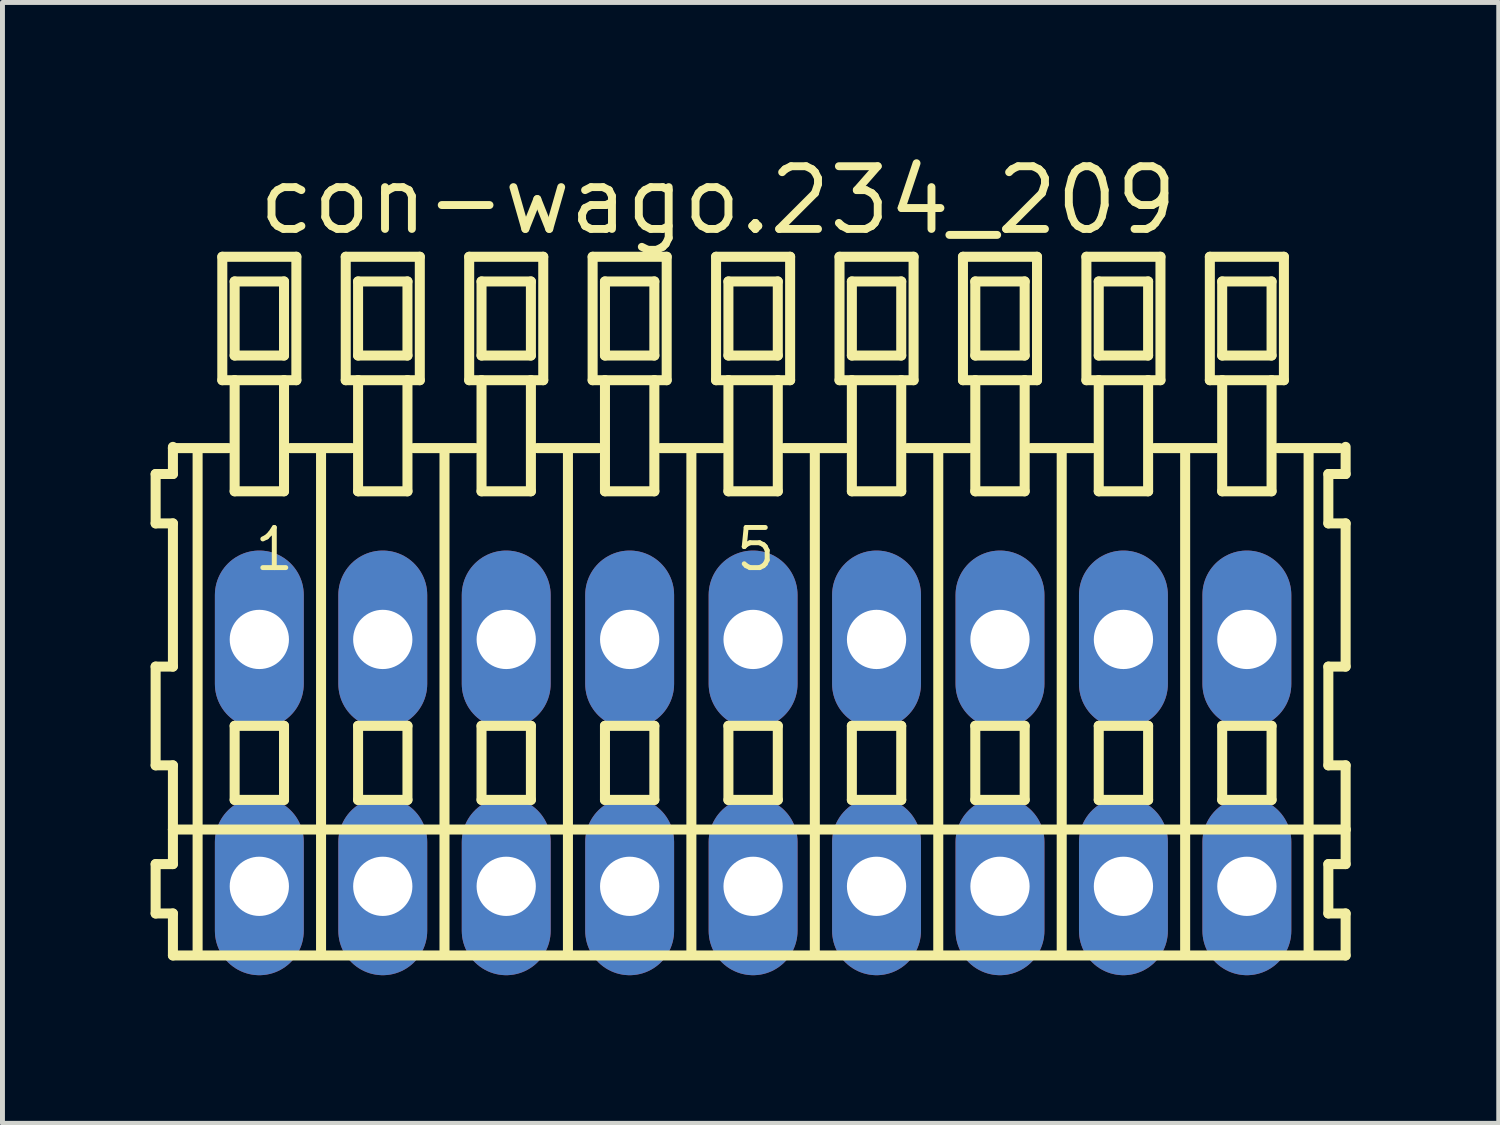
<source format=kicad_pcb>
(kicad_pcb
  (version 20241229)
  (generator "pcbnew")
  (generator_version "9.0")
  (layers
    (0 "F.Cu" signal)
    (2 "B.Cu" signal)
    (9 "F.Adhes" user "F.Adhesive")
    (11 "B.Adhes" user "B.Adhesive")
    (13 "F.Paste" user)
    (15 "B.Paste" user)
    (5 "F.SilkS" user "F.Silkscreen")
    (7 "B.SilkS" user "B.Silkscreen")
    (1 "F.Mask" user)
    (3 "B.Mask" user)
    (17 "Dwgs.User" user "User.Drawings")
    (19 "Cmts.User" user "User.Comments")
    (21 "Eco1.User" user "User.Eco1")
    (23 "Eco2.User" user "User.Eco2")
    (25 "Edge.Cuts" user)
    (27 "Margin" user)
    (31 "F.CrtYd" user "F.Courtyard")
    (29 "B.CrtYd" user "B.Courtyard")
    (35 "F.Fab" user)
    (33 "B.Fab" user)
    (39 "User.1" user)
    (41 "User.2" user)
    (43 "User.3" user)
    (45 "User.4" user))
  (footprint "con-wago.234_209"
    (layer "F.Cu")
    (at 12.202 12.4)
    (property "Reference" "con-wago.234_209" (at -10.1 -10.65 0) (layer "F.SilkS") (effects (font (size 1.27 1.27) (thickness 0.16)) (justify left bottom)))
    (attr through_hole)
    (fp_line (start -12.1 -5.85) (end -12.1 -4.85) (stroke (width 0.203) (type default)) (layer "F.SilkS"))
    (fp_line (start -12.1 -4.85) (end -11.75 -4.85) (stroke (width 0.203) (type default)) (layer "F.SilkS"))
    (fp_line (start -12.1 -1.95) (end -12.1 0.05) (stroke (width 0.203) (type default)) (layer "F.SilkS"))
    (fp_line (start -12.1 0.05) (end -11.75 0.05) (stroke (width 0.203) (type default)) (layer "F.SilkS"))
    (fp_line (start -12.1 2.05) (end -12.1 3.05) (stroke (width 0.203) (type default)) (layer "F.SilkS"))
    (fp_line (start -12.1 3.05) (end -11.75 3.05) (stroke (width 0.203) (type default)) (layer "F.SilkS"))
    (fp_line (start -11.75 -6.4) (end -11.75 -6.375) (stroke (width 0.203) (type default)) (layer "F.SilkS"))
    (fp_line (start -11.75 -6.375) (end -11.75 -5.85) (stroke (width 0.203) (type default)) (layer "F.SilkS"))
    (fp_line (start -11.75 -6.375) (end -10.625 -6.375) (stroke (width 0.203) (type default)) (layer "F.SilkS"))
    (fp_line (start -11.75 -5.85) (end -12.1 -5.85) (stroke (width 0.203) (type default)) (layer "F.SilkS"))
    (fp_line (start -11.75 -4.85) (end -11.75 -1.95) (stroke (width 0.203) (type default)) (layer "F.SilkS"))
    (fp_line (start -11.75 -1.95) (end -12.1 -1.95) (stroke (width 0.203) (type default)) (layer "F.SilkS"))
    (fp_line (start -11.75 0.05) (end -11.75 1.35) (stroke (width 0.203) (type default)) (layer "F.SilkS"))
    (fp_line (start -11.75 1.35) (end -11.75 2.05) (stroke (width 0.203) (type default)) (layer "F.SilkS"))
    (fp_line (start -11.75 1.35) (end 12 1.35) (stroke (width 0.203) (type default)) (layer "F.SilkS"))
    (fp_line (start -11.75 2.05) (end -12.1 2.05) (stroke (width 0.203) (type default)) (layer "F.SilkS"))
    (fp_line (start -11.75 3.05) (end -11.75 3.9) (stroke (width 0.203) (type default)) (layer "F.SilkS"))
    (fp_line (start -11.75 3.9) (end 12 3.9) (stroke (width 0.203) (type default)) (layer "F.SilkS"))
    (fp_line (start -11.25 -6.35) (end -11.25 3.8) (stroke (width 0.203) (type default)) (layer "F.SilkS"))
    (fp_line (start -10.75 -10.25) (end -10.75 -7.75) (stroke (width 0.203) (type default)) (layer "F.SilkS"))
    (fp_line (start -10.75 -7.75) (end -10.5 -7.75) (stroke (width 0.203) (type default)) (layer "F.SilkS"))
    (fp_line (start -10.5 -9.75) (end -10.5 -8.25) (stroke (width 0.203) (type default)) (layer "F.SilkS"))
    (fp_line (start -10.5 -8.25) (end -9.5 -8.25) (stroke (width 0.203) (type default)) (layer "F.SilkS"))
    (fp_line (start -10.5 -7.75) (end -10.5 -5.5) (stroke (width 0.203) (type default)) (layer "F.SilkS"))
    (fp_line (start -10.5 -7.75) (end -9.5 -7.75) (stroke (width 0.203) (type default)) (layer "F.SilkS"))
    (fp_line (start -10.5 -5.5) (end -9.5 -5.5) (stroke (width 0.203) (type default)) (layer "F.SilkS"))
    (fp_line (start -10.5 -0.75) (end -10.5 0.75) (stroke (width 0.203) (type default)) (layer "F.SilkS"))
    (fp_line (start -10.5 0.75) (end -9.5 0.75) (stroke (width 0.203) (type default)) (layer "F.SilkS"))
    (fp_line (start -9.5 -9.75) (end -10.5 -9.75) (stroke (width 0.203) (type default)) (layer "F.SilkS"))
    (fp_line (start -9.5 -8.25) (end -9.5 -9.75) (stroke (width 0.203) (type default)) (layer "F.SilkS"))
    (fp_line (start -9.5 -7.75) (end -9.25 -7.75) (stroke (width 0.203) (type default)) (layer "F.SilkS"))
    (fp_line (start -9.5 -5.5) (end -9.5 -7.75) (stroke (width 0.203) (type default)) (layer "F.SilkS"))
    (fp_line (start -9.5 -0.75) (end -10.5 -0.75) (stroke (width 0.203) (type default)) (layer "F.SilkS"))
    (fp_line (start -9.5 0.75) (end -9.5 -0.75) (stroke (width 0.203) (type default)) (layer "F.SilkS"))
    (fp_line (start -9.375 -6.375) (end -8.125 -6.375) (stroke (width 0.203) (type default)) (layer "F.SilkS"))
    (fp_line (start -9.25 -10.25) (end -10.75 -10.25) (stroke (width 0.203) (type default)) (layer "F.SilkS"))
    (fp_line (start -9.25 -7.75) (end -9.25 -10.25) (stroke (width 0.203) (type default)) (layer "F.SilkS"))
    (fp_line (start -8.75 -6.35) (end -8.75 3.8) (stroke (width 0.203) (type default)) (layer "F.SilkS"))
    (fp_line (start -8.25 -10.25) (end -8.25 -7.75) (stroke (width 0.203) (type default)) (layer "F.SilkS"))
    (fp_line (start -8.25 -7.75) (end -8 -7.75) (stroke (width 0.203) (type default)) (layer "F.SilkS"))
    (fp_line (start -8 -9.75) (end -8 -8.25) (stroke (width 0.203) (type default)) (layer "F.SilkS"))
    (fp_line (start -8 -8.25) (end -7 -8.25) (stroke (width 0.203) (type default)) (layer "F.SilkS"))
    (fp_line (start -8 -7.75) (end -8 -5.5) (stroke (width 0.203) (type default)) (layer "F.SilkS"))
    (fp_line (start -8 -7.75) (end -7 -7.75) (stroke (width 0.203) (type default)) (layer "F.SilkS"))
    (fp_line (start -8 -5.5) (end -7 -5.5) (stroke (width 0.203) (type default)) (layer "F.SilkS"))
    (fp_line (start -8 -0.75) (end -8 0.75) (stroke (width 0.203) (type default)) (layer "F.SilkS"))
    (fp_line (start -8 0.75) (end -7 0.75) (stroke (width 0.203) (type default)) (layer "F.SilkS"))
    (fp_line (start -7 -9.75) (end -8 -9.75) (stroke (width 0.203) (type default)) (layer "F.SilkS"))
    (fp_line (start -7 -8.25) (end -7 -9.75) (stroke (width 0.203) (type default)) (layer "F.SilkS"))
    (fp_line (start -7 -7.75) (end -6.75 -7.75) (stroke (width 0.203) (type default)) (layer "F.SilkS"))
    (fp_line (start -7 -5.5) (end -7 -7.75) (stroke (width 0.203) (type default)) (layer "F.SilkS"))
    (fp_line (start -7 -0.75) (end -8 -0.75) (stroke (width 0.203) (type default)) (layer "F.SilkS"))
    (fp_line (start -7 0.75) (end -7 -0.75) (stroke (width 0.203) (type default)) (layer "F.SilkS"))
    (fp_line (start -6.875 -6.375) (end -5.625 -6.375) (stroke (width 0.203) (type default)) (layer "F.SilkS"))
    (fp_line (start -6.75 -10.25) (end -8.25 -10.25) (stroke (width 0.203) (type default)) (layer "F.SilkS"))
    (fp_line (start -6.75 -7.75) (end -6.75 -10.25) (stroke (width 0.203) (type default)) (layer "F.SilkS"))
    (fp_line (start -6.25 -6.35) (end -6.25 3.8) (stroke (width 0.203) (type default)) (layer "F.SilkS"))
    (fp_line (start -5.75 -10.25) (end -5.75 -7.75) (stroke (width 0.203) (type default)) (layer "F.SilkS"))
    (fp_line (start -5.75 -7.75) (end -5.5 -7.75) (stroke (width 0.203) (type default)) (layer "F.SilkS"))
    (fp_line (start -5.5 -9.75) (end -5.5 -8.25) (stroke (width 0.203) (type default)) (layer "F.SilkS"))
    (fp_line (start -5.5 -8.25) (end -4.5 -8.25) (stroke (width 0.203) (type default)) (layer "F.SilkS"))
    (fp_line (start -5.5 -7.75) (end -5.5 -5.5) (stroke (width 0.203) (type default)) (layer "F.SilkS"))
    (fp_line (start -5.5 -7.75) (end -4.5 -7.75) (stroke (width 0.203) (type default)) (layer "F.SilkS"))
    (fp_line (start -5.5 -5.5) (end -4.5 -5.5) (stroke (width 0.203) (type default)) (layer "F.SilkS"))
    (fp_line (start -5.5 -0.75) (end -5.5 0.75) (stroke (width 0.203) (type default)) (layer "F.SilkS"))
    (fp_line (start -5.5 0.75) (end -4.5 0.75) (stroke (width 0.203) (type default)) (layer "F.SilkS"))
    (fp_line (start -4.5 -9.75) (end -5.5 -9.75) (stroke (width 0.203) (type default)) (layer "F.SilkS"))
    (fp_line (start -4.5 -8.25) (end -4.5 -9.75) (stroke (width 0.203) (type default)) (layer "F.SilkS"))
    (fp_line (start -4.5 -7.75) (end -4.25 -7.75) (stroke (width 0.203) (type default)) (layer "F.SilkS"))
    (fp_line (start -4.5 -5.5) (end -4.5 -7.75) (stroke (width 0.203) (type default)) (layer "F.SilkS"))
    (fp_line (start -4.5 -0.75) (end -5.5 -0.75) (stroke (width 0.203) (type default)) (layer "F.SilkS"))
    (fp_line (start -4.5 0.75) (end -4.5 -0.75) (stroke (width 0.203) (type default)) (layer "F.SilkS"))
    (fp_line (start -4.375 -6.375) (end -3.125 -6.375) (stroke (width 0.203) (type default)) (layer "F.SilkS"))
    (fp_line (start -4.25 -10.25) (end -5.75 -10.25) (stroke (width 0.203) (type default)) (layer "F.SilkS"))
    (fp_line (start -4.25 -7.75) (end -4.25 -10.25) (stroke (width 0.203) (type default)) (layer "F.SilkS"))
    (fp_line (start -3.75 -6.35) (end -3.75 3.8) (stroke (width 0.203) (type default)) (layer "F.SilkS"))
    (fp_line (start -3.25 -10.25) (end -3.25 -7.75) (stroke (width 0.203) (type default)) (layer "F.SilkS"))
    (fp_line (start -3.25 -7.75) (end -3 -7.75) (stroke (width 0.203) (type default)) (layer "F.SilkS"))
    (fp_line (start -3 -9.75) (end -3 -8.25) (stroke (width 0.203) (type default)) (layer "F.SilkS"))
    (fp_line (start -3 -8.25) (end -2 -8.25) (stroke (width 0.203) (type default)) (layer "F.SilkS"))
    (fp_line (start -3 -7.75) (end -3 -5.5) (stroke (width 0.203) (type default)) (layer "F.SilkS"))
    (fp_line (start -3 -7.75) (end -2 -7.75) (stroke (width 0.203) (type default)) (layer "F.SilkS"))
    (fp_line (start -3 -5.5) (end -2 -5.5) (stroke (width 0.203) (type default)) (layer "F.SilkS"))
    (fp_line (start -3 -0.75) (end -3 0.75) (stroke (width 0.203) (type default)) (layer "F.SilkS"))
    (fp_line (start -3 0.75) (end -2 0.75) (stroke (width 0.203) (type default)) (layer "F.SilkS"))
    (fp_line (start -2 -9.75) (end -3 -9.75) (stroke (width 0.203) (type default)) (layer "F.SilkS"))
    (fp_line (start -2 -8.25) (end -2 -9.75) (stroke (width 0.203) (type default)) (layer "F.SilkS"))
    (fp_line (start -2 -7.75) (end -1.75 -7.75) (stroke (width 0.203) (type default)) (layer "F.SilkS"))
    (fp_line (start -2 -5.5) (end -2 -7.75) (stroke (width 0.203) (type default)) (layer "F.SilkS"))
    (fp_line (start -2 -0.75) (end -3 -0.75) (stroke (width 0.203) (type default)) (layer "F.SilkS"))
    (fp_line (start -2 0.75) (end -2 -0.75) (stroke (width 0.203) (type default)) (layer "F.SilkS"))
    (fp_line (start -1.875 -6.375) (end -0.625 -6.375) (stroke (width 0.203) (type default)) (layer "F.SilkS"))
    (fp_line (start -1.75 -10.25) (end -3.25 -10.25) (stroke (width 0.203) (type default)) (layer "F.SilkS"))
    (fp_line (start -1.75 -7.75) (end -1.75 -10.25) (stroke (width 0.203) (type default)) (layer "F.SilkS"))
    (fp_line (start -1.25 -6.35) (end -1.25 3.8) (stroke (width 0.203) (type default)) (layer "F.SilkS"))
    (fp_line (start -0.75 -10.25) (end -0.75 -7.75) (stroke (width 0.203) (type default)) (layer "F.SilkS"))
    (fp_line (start -0.75 -7.75) (end -0.5 -7.75) (stroke (width 0.203) (type default)) (layer "F.SilkS"))
    (fp_line (start -0.5 -9.75) (end -0.5 -8.25) (stroke (width 0.203) (type default)) (layer "F.SilkS"))
    (fp_line (start -0.5 -8.25) (end 0.5 -8.25) (stroke (width 0.203) (type default)) (layer "F.SilkS"))
    (fp_line (start -0.5 -7.75) (end -0.5 -5.5) (stroke (width 0.203) (type default)) (layer "F.SilkS"))
    (fp_line (start -0.5 -7.75) (end 0.5 -7.75) (stroke (width 0.203) (type default)) (layer "F.SilkS"))
    (fp_line (start -0.5 -5.5) (end 0.5 -5.5) (stroke (width 0.203) (type default)) (layer "F.SilkS"))
    (fp_line (start -0.5 -0.75) (end -0.5 0.75) (stroke (width 0.203) (type default)) (layer "F.SilkS"))
    (fp_line (start -0.5 0.75) (end 0.5 0.75) (stroke (width 0.203) (type default)) (layer "F.SilkS"))
    (fp_line (start 0.5 -9.75) (end -0.5 -9.75) (stroke (width 0.203) (type default)) (layer "F.SilkS"))
    (fp_line (start 0.5 -8.25) (end 0.5 -9.75) (stroke (width 0.203) (type default)) (layer "F.SilkS"))
    (fp_line (start 0.5 -7.75) (end 0.75 -7.75) (stroke (width 0.203) (type default)) (layer "F.SilkS"))
    (fp_line (start 0.5 -5.5) (end 0.5 -7.75) (stroke (width 0.203) (type default)) (layer "F.SilkS"))
    (fp_line (start 0.5 -0.75) (end -0.5 -0.75) (stroke (width 0.203) (type default)) (layer "F.SilkS"))
    (fp_line (start 0.5 0.75) (end 0.5 -0.75) (stroke (width 0.203) (type default)) (layer "F.SilkS"))
    (fp_line (start 0.625 -6.375) (end 1.875 -6.375) (stroke (width 0.203) (type default)) (layer "F.SilkS"))
    (fp_line (start 0.75 -10.25) (end -0.75 -10.25) (stroke (width 0.203) (type default)) (layer "F.SilkS"))
    (fp_line (start 0.75 -7.75) (end 0.75 -10.25) (stroke (width 0.203) (type default)) (layer "F.SilkS"))
    (fp_line (start 1.25 -6.35) (end 1.25 3.8) (stroke (width 0.203) (type default)) (layer "F.SilkS"))
    (fp_line (start 1.75 -10.25) (end 1.75 -7.75) (stroke (width 0.203) (type default)) (layer "F.SilkS"))
    (fp_line (start 1.75 -7.75) (end 2 -7.75) (stroke (width 0.203) (type default)) (layer "F.SilkS"))
    (fp_line (start 2 -9.75) (end 2 -8.25) (stroke (width 0.203) (type default)) (layer "F.SilkS"))
    (fp_line (start 2 -8.25) (end 3 -8.25) (stroke (width 0.203) (type default)) (layer "F.SilkS"))
    (fp_line (start 2 -7.75) (end 2 -5.5) (stroke (width 0.203) (type default)) (layer "F.SilkS"))
    (fp_line (start 2 -7.75) (end 3 -7.75) (stroke (width 0.203) (type default)) (layer "F.SilkS"))
    (fp_line (start 2 -5.5) (end 3 -5.5) (stroke (width 0.203) (type default)) (layer "F.SilkS"))
    (fp_line (start 2 -0.75) (end 2 0.75) (stroke (width 0.203) (type default)) (layer "F.SilkS"))
    (fp_line (start 2 0.75) (end 3 0.75) (stroke (width 0.203) (type default)) (layer "F.SilkS"))
    (fp_line (start 3 -9.75) (end 2 -9.75) (stroke (width 0.203) (type default)) (layer "F.SilkS"))
    (fp_line (start 3 -8.25) (end 3 -9.75) (stroke (width 0.203) (type default)) (layer "F.SilkS"))
    (fp_line (start 3 -7.75) (end 3.25 -7.75) (stroke (width 0.203) (type default)) (layer "F.SilkS"))
    (fp_line (start 3 -5.5) (end 3 -7.75) (stroke (width 0.203) (type default)) (layer "F.SilkS"))
    (fp_line (start 3 -0.75) (end 2 -0.75) (stroke (width 0.203) (type default)) (layer "F.SilkS"))
    (fp_line (start 3 0.75) (end 3 -0.75) (stroke (width 0.203) (type default)) (layer "F.SilkS"))
    (fp_line (start 3.125 -6.375) (end 4.375 -6.375) (stroke (width 0.203) (type default)) (layer "F.SilkS"))
    (fp_line (start 3.25 -10.25) (end 1.75 -10.25) (stroke (width 0.203) (type default)) (layer "F.SilkS"))
    (fp_line (start 3.25 -7.75) (end 3.25 -10.25) (stroke (width 0.203) (type default)) (layer "F.SilkS"))
    (fp_line (start 3.75 -6.35) (end 3.75 3.8) (stroke (width 0.203) (type default)) (layer "F.SilkS"))
    (fp_line (start 4.25 -10.25) (end 4.25 -7.75) (stroke (width 0.203) (type default)) (layer "F.SilkS"))
    (fp_line (start 4.25 -7.75) (end 4.5 -7.75) (stroke (width 0.203) (type default)) (layer "F.SilkS"))
    (fp_line (start 4.5 -9.75) (end 4.5 -8.25) (stroke (width 0.203) (type default)) (layer "F.SilkS"))
    (fp_line (start 4.5 -8.25) (end 5.5 -8.25) (stroke (width 0.203) (type default)) (layer "F.SilkS"))
    (fp_line (start 4.5 -7.75) (end 4.5 -5.5) (stroke (width 0.203) (type default)) (layer "F.SilkS"))
    (fp_line (start 4.5 -7.75) (end 5.5 -7.75) (stroke (width 0.203) (type default)) (layer "F.SilkS"))
    (fp_line (start 4.5 -5.5) (end 5.5 -5.5) (stroke (width 0.203) (type default)) (layer "F.SilkS"))
    (fp_line (start 4.5 -0.75) (end 4.5 0.75) (stroke (width 0.203) (type default)) (layer "F.SilkS"))
    (fp_line (start 4.5 0.75) (end 5.5 0.75) (stroke (width 0.203) (type default)) (layer "F.SilkS"))
    (fp_line (start 5.5 -9.75) (end 4.5 -9.75) (stroke (width 0.203) (type default)) (layer "F.SilkS"))
    (fp_line (start 5.5 -8.25) (end 5.5 -9.75) (stroke (width 0.203) (type default)) (layer "F.SilkS"))
    (fp_line (start 5.5 -7.75) (end 5.75 -7.75) (stroke (width 0.203) (type default)) (layer "F.SilkS"))
    (fp_line (start 5.5 -5.5) (end 5.5 -7.75) (stroke (width 0.203) (type default)) (layer "F.SilkS"))
    (fp_line (start 5.5 -0.75) (end 4.5 -0.75) (stroke (width 0.203) (type default)) (layer "F.SilkS"))
    (fp_line (start 5.5 0.75) (end 5.5 -0.75) (stroke (width 0.203) (type default)) (layer "F.SilkS"))
    (fp_line (start 5.625 -6.375) (end 6.875 -6.375) (stroke (width 0.203) (type default)) (layer "F.SilkS"))
    (fp_line (start 5.75 -10.25) (end 4.25 -10.25) (stroke (width 0.203) (type default)) (layer "F.SilkS"))
    (fp_line (start 5.75 -7.75) (end 5.75 -10.25) (stroke (width 0.203) (type default)) (layer "F.SilkS"))
    (fp_line (start 6.25 -6.35) (end 6.25 3.8) (stroke (width 0.203) (type default)) (layer "F.SilkS"))
    (fp_line (start 6.75 -10.25) (end 6.75 -7.75) (stroke (width 0.203) (type default)) (layer "F.SilkS"))
    (fp_line (start 6.75 -7.75) (end 7 -7.75) (stroke (width 0.203) (type default)) (layer "F.SilkS"))
    (fp_line (start 7 -9.75) (end 7 -8.25) (stroke (width 0.203) (type default)) (layer "F.SilkS"))
    (fp_line (start 7 -8.25) (end 8 -8.25) (stroke (width 0.203) (type default)) (layer "F.SilkS"))
    (fp_line (start 7 -7.75) (end 7 -5.5) (stroke (width 0.203) (type default)) (layer "F.SilkS"))
    (fp_line (start 7 -7.75) (end 8 -7.75) (stroke (width 0.203) (type default)) (layer "F.SilkS"))
    (fp_line (start 7 -5.5) (end 8 -5.5) (stroke (width 0.203) (type default)) (layer "F.SilkS"))
    (fp_line (start 7 -0.75) (end 7 0.75) (stroke (width 0.203) (type default)) (layer "F.SilkS"))
    (fp_line (start 7 0.75) (end 8 0.75) (stroke (width 0.203) (type default)) (layer "F.SilkS"))
    (fp_line (start 8 -9.75) (end 7 -9.75) (stroke (width 0.203) (type default)) (layer "F.SilkS"))
    (fp_line (start 8 -8.25) (end 8 -9.75) (stroke (width 0.203) (type default)) (layer "F.SilkS"))
    (fp_line (start 8 -7.75) (end 8.25 -7.75) (stroke (width 0.203) (type default)) (layer "F.SilkS"))
    (fp_line (start 8 -5.5) (end 8 -7.75) (stroke (width 0.203) (type default)) (layer "F.SilkS"))
    (fp_line (start 8 -0.75) (end 7 -0.75) (stroke (width 0.203) (type default)) (layer "F.SilkS"))
    (fp_line (start 8 0.75) (end 8 -0.75) (stroke (width 0.203) (type default)) (layer "F.SilkS"))
    (fp_line (start 8.125 -6.375) (end 9.375 -6.375) (stroke (width 0.203) (type default)) (layer "F.SilkS"))
    (fp_line (start 8.25 -10.25) (end 6.75 -10.25) (stroke (width 0.203) (type default)) (layer "F.SilkS"))
    (fp_line (start 8.25 -7.75) (end 8.25 -10.25) (stroke (width 0.203) (type default)) (layer "F.SilkS"))
    (fp_line (start 8.75 -6.35) (end 8.75 3.8) (stroke (width 0.203) (type default)) (layer "F.SilkS"))
    (fp_line (start 9.25 -10.25) (end 9.25 -7.75) (stroke (width 0.203) (type default)) (layer "F.SilkS"))
    (fp_line (start 9.25 -7.75) (end 9.5 -7.75) (stroke (width 0.203) (type default)) (layer "F.SilkS"))
    (fp_line (start 9.5 -9.75) (end 9.5 -8.25) (stroke (width 0.203) (type default)) (layer "F.SilkS"))
    (fp_line (start 9.5 -8.25) (end 10.5 -8.25) (stroke (width 0.203) (type default)) (layer "F.SilkS"))
    (fp_line (start 9.5 -7.75) (end 9.5 -5.5) (stroke (width 0.203) (type default)) (layer "F.SilkS"))
    (fp_line (start 9.5 -7.75) (end 10.5 -7.75) (stroke (width 0.203) (type default)) (layer "F.SilkS"))
    (fp_line (start 9.5 -5.5) (end 10.5 -5.5) (stroke (width 0.203) (type default)) (layer "F.SilkS"))
    (fp_line (start 9.5 -0.75) (end 9.5 0.75) (stroke (width 0.203) (type default)) (layer "F.SilkS"))
    (fp_line (start 9.5 0.75) (end 10.5 0.75) (stroke (width 0.203) (type default)) (layer "F.SilkS"))
    (fp_line (start 10.5 -9.75) (end 9.5 -9.75) (stroke (width 0.203) (type default)) (layer "F.SilkS"))
    (fp_line (start 10.5 -8.25) (end 10.5 -9.75) (stroke (width 0.203) (type default)) (layer "F.SilkS"))
    (fp_line (start 10.5 -7.75) (end 10.75 -7.75) (stroke (width 0.203) (type default)) (layer "F.SilkS"))
    (fp_line (start 10.5 -5.5) (end 10.5 -7.75) (stroke (width 0.203) (type default)) (layer "F.SilkS"))
    (fp_line (start 10.5 -0.75) (end 9.5 -0.75) (stroke (width 0.203) (type default)) (layer "F.SilkS"))
    (fp_line (start 10.5 0.75) (end 10.5 -0.75) (stroke (width 0.203) (type default)) (layer "F.SilkS"))
    (fp_line (start 10.625 -6.375) (end 11.875 -6.375) (stroke (width 0.203) (type default)) (layer "F.SilkS"))
    (fp_line (start 10.75 -10.25) (end 9.25 -10.25) (stroke (width 0.203) (type default)) (layer "F.SilkS"))
    (fp_line (start 10.75 -7.75) (end 10.75 -10.25) (stroke (width 0.203) (type default)) (layer "F.SilkS"))
    (fp_line (start 11.25 -6.35) (end 11.25 3.8) (stroke (width 0.203) (type default)) (layer "F.SilkS"))
    (fp_line (start 11.65 -5.85) (end 11.65 -4.85) (stroke (width 0.203) (type default)) (layer "F.SilkS"))
    (fp_line (start 11.65 -4.85) (end 12 -4.85) (stroke (width 0.203) (type default)) (layer "F.SilkS"))
    (fp_line (start 11.65 -1.95) (end 11.65 0.05) (stroke (width 0.203) (type default)) (layer "F.SilkS"))
    (fp_line (start 11.65 0.05) (end 12 0.05) (stroke (width 0.203) (type default)) (layer "F.SilkS"))
    (fp_line (start 11.65 2.05) (end 11.65 3.05) (stroke (width 0.203) (type default)) (layer "F.SilkS"))
    (fp_line (start 11.65 3.05) (end 12 3.05) (stroke (width 0.203) (type default)) (layer "F.SilkS"))
    (fp_line (start 12 -5.85) (end 11.65 -5.85) (stroke (width 0.203) (type default)) (layer "F.SilkS"))
    (fp_line (start 12 -5.85) (end 12 -6.4) (stroke (width 0.203) (type default)) (layer "F.SilkS"))
    (fp_line (start 12 -1.95) (end 11.65 -1.95) (stroke (width 0.203) (type default)) (layer "F.SilkS"))
    (fp_line (start 12 -1.95) (end 12 -4.85) (stroke (width 0.203) (type default)) (layer "F.SilkS"))
    (fp_line (start 12 1.35) (end 12 0.05) (stroke (width 0.203) (type default)) (layer "F.SilkS"))
    (fp_line (start 12 2.05) (end 11.65 2.05) (stroke (width 0.203) (type default)) (layer "F.SilkS"))
    (fp_line (start 12 2.05) (end 12 1.35) (stroke (width 0.203) (type default)) (layer "F.SilkS"))
    (fp_line (start 12 3.9) (end 12 3.05) (stroke (width 0.203) (type default)) (layer "F.SilkS"))
    (fp_text user "5" (at -0.4 -3.85 0) (layer "F.SilkS") (effects (font (size 0.813 0.813) (thickness 0.1)) (justify left bottom)))
    (fp_text user "1" (at -10.15 -3.85 0) (layer "F.SilkS") (effects (font (size 0.813 0.813) (thickness 0.1)) (justify left bottom)))
    (pad "A1" thru_hole oval (at -10 -2.5 90) (size 3.6 1.8) (drill 1.2) (layers "*.Cu" "*.Mask"))
    (pad "A2" thru_hole oval (at -7.5 -2.5 90) (size 3.6 1.8) (drill 1.2) (layers "*.Cu" "*.Mask"))
    (pad "A3" thru_hole oval (at -5 -2.5 90) (size 3.6 1.8) (drill 1.2) (layers "*.Cu" "*.Mask"))
    (pad "A4" thru_hole oval (at -2.5 -2.5 90) (size 3.6 1.8) (drill 1.2) (layers "*.Cu" "*.Mask"))
    (pad "A5" thru_hole oval (at 0 -2.5 90) (size 3.6 1.8) (drill 1.2) (layers "*.Cu" "*.Mask"))
    (pad "A6" thru_hole oval (at 2.5 -2.5 90) (size 3.6 1.8) (drill 1.2) (layers "*.Cu" "*.Mask"))
    (pad "A7" thru_hole oval (at 5 -2.5 90) (size 3.6 1.8) (drill 1.2) (layers "*.Cu" "*.Mask"))
    (pad "A8" thru_hole oval (at 7.5 -2.5 90) (size 3.6 1.8) (drill 1.2) (layers "*.Cu" "*.Mask"))
    (pad "A9" thru_hole oval (at 10 -2.5 90) (size 3.6 1.8) (drill 1.2) (layers "*.Cu" "*.Mask"))
    (pad "B1" thru_hole oval (at -10 2.5 90) (size 3.6 1.8) (drill 1.2) (layers "*.Cu" "*.Mask"))
    (pad "B2" thru_hole oval (at -7.5 2.5 90) (size 3.6 1.8) (drill 1.2) (layers "*.Cu" "*.Mask"))
    (pad "B3" thru_hole oval (at -5 2.5 90) (size 3.6 1.8) (drill 1.2) (layers "*.Cu" "*.Mask"))
    (pad "B4" thru_hole oval (at -2.5 2.5 90) (size 3.6 1.8) (drill 1.2) (layers "*.Cu" "*.Mask"))
    (pad "B5" thru_hole oval (at 0 2.5 90) (size 3.6 1.8) (drill 1.2) (layers "*.Cu" "*.Mask"))
    (pad "B6" thru_hole oval (at 2.5 2.5 90) (size 3.6 1.8) (drill 1.2) (layers "*.Cu" "*.Mask"))
    (pad "B7" thru_hole oval (at 5 2.5 90) (size 3.6 1.8) (drill 1.2) (layers "*.Cu" "*.Mask"))
    (pad "B8" thru_hole oval (at 7.5 2.5 90) (size 3.6 1.8) (drill 1.2) (layers "*.Cu" "*.Mask"))
    (pad "B9" thru_hole oval (at 10 2.5 90) (size 3.6 1.8) (drill 1.2) (layers "*.Cu" "*.Mask")))
  (gr_rect
    (start -3 -3)
    (end 27.303 19.7)
    (stroke (width 0.1) (type default))
    (fill no)
    (layer "Edge.Cuts")))
</source>
